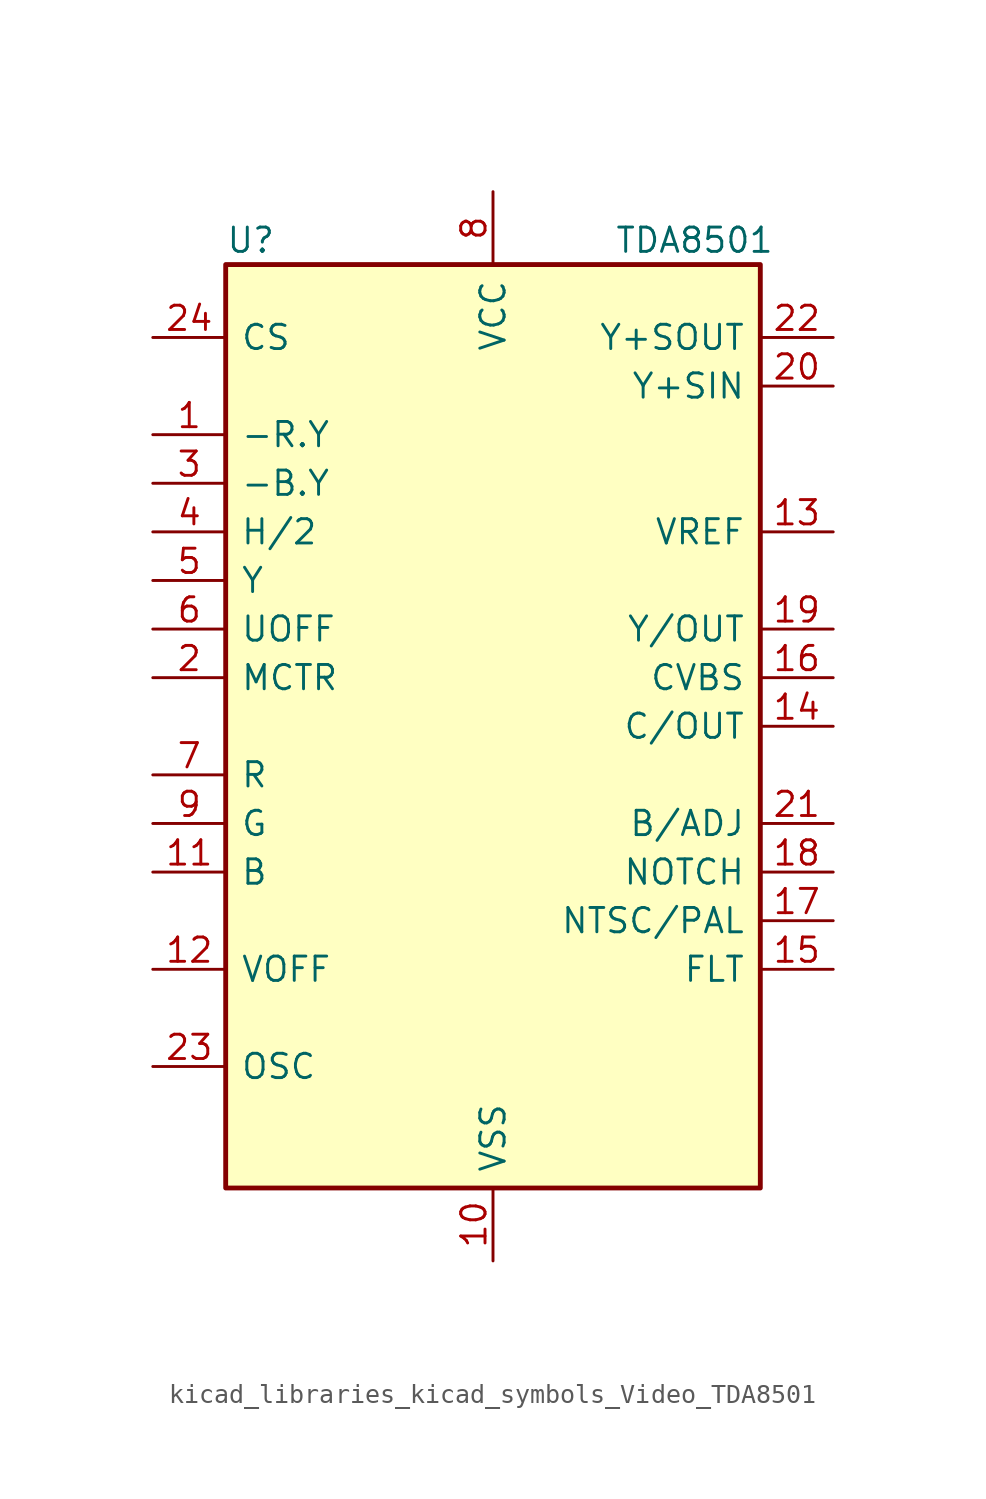
<source format=kicad_sym>
(kicad_symbol_lib
  (version 20220914)
  (generator kicad_symbol_editor)
  (symbol "kicad_libraries_kicad_symbols_Video_TDA8501"
    (pin_names
      (offset 0.762))
    (property "Reference" "U"
      (at -13.97 25.4 0)
      (effects (font (size 1.27 1.27)) (justify left)))
    (property "Value" "TDA8501"
      (at 6.35 25.4 0)
      (effects (font (size 1.27 1.27)) (justify left)))
    (symbol "kicad_libraries_kicad_symbols_Video_TDA8501_0_1"
      (rectangle (start -13.97 24.13) (end 13.97 -24.13) (stroke (width 0.254) (type default)) (fill (type background))))
    (symbol "kicad_libraries_kicad_symbols_Video_TDA8501_1_1"
      (pin input line (at -17.78 15.24 0) (length 3.81) (name "-R.Y" (effects (font (size 1.27 1.27)))) (number "1" (effects (font (size 1.27 1.27)))))
      (pin power_in line (at 0 -27.94 90) (length 3.81) (name "VSS" (effects (font (size 1.27 1.27)))) (number "10" (effects (font (size 1.27 1.27)))))
      (pin input line (at -17.78 -7.62 0) (length 3.81) (name "B" (effects (font (size 1.27 1.27)))) (number "11" (effects (font (size 1.27 1.27)))))
      (pin output line (at -17.78 -12.7 0) (length 3.81) (name "VOFF" (effects (font (size 1.27 1.27)))) (number "12" (effects (font (size 1.27 1.27)))))
      (pin passive line (at 17.78 10.16 180) (length 3.81) (name "VREF" (effects (font (size 1.27 1.27)))) (number "13" (effects (font (size 1.27 1.27)))))
      (pin output line (at 17.78 0 180) (length 3.81) (name "C/OUT" (effects (font (size 1.27 1.27)))) (number "14" (effects (font (size 1.27 1.27)))))
      (pin passive line (at 17.78 -12.7 180) (length 3.81) (name "FLT" (effects (font (size 1.27 1.27)))) (number "15" (effects (font (size 1.27 1.27)))))
      (pin output line (at 17.78 2.54 180) (length 3.81) (name "CVBS" (effects (font (size 1.27 1.27)))) (number "16" (effects (font (size 1.27 1.27)))))
      (pin input line (at 17.78 -10.16 180) (length 3.81) (name "NTSC/PAL" (effects (font (size 1.27 1.27)))) (number "17" (effects (font (size 1.27 1.27)))))
      (pin input line (at 17.78 -7.62 180) (length 3.81) (name "NOTCH" (effects (font (size 1.27 1.27)))) (number "18" (effects (font (size 1.27 1.27)))))
      (pin output line (at 17.78 5.08 180) (length 3.81) (name "Y/OUT" (effects (font (size 1.27 1.27)))) (number "19" (effects (font (size 1.27 1.27)))))
      (pin input line (at -17.78 2.54 0) (length 3.81) (name "MCTR" (effects (font (size 1.27 1.27)))) (number "2" (effects (font (size 1.27 1.27)))))
      (pin input line (at 17.78 17.78 180) (length 3.81) (name "Y+SIN" (effects (font (size 1.27 1.27)))) (number "20" (effects (font (size 1.27 1.27)))))
      (pin passive line (at 17.78 -5.08 180) (length 3.81) (name "B/ADJ" (effects (font (size 1.27 1.27)))) (number "21" (effects (font (size 1.27 1.27)))))
      (pin output line (at 17.78 20.32 180) (length 3.81) (name "Y+SOUT" (effects (font (size 1.27 1.27)))) (number "22" (effects (font (size 1.27 1.27)))))
      (pin output line (at -17.78 -17.78 0) (length 3.81) (name "OSC" (effects (font (size 1.27 1.27)))) (number "23" (effects (font (size 1.27 1.27)))))
      (pin input line (at -17.78 20.32 0) (length 3.81) (name "CS" (effects (font (size 1.27 1.27)))) (number "24" (effects (font (size 1.27 1.27)))))
      (pin input line (at -17.78 12.7 0) (length 3.81) (name "-B.Y" (effects (font (size 1.27 1.27)))) (number "3" (effects (font (size 1.27 1.27)))))
      (pin bidirectional line (at -17.78 10.16 0) (length 3.81) (name "H/2" (effects (font (size 1.27 1.27)))) (number "4" (effects (font (size 1.27 1.27)))))
      (pin input line (at -17.78 7.62 0) (length 3.81) (name "Y" (effects (font (size 1.27 1.27)))) (number "5" (effects (font (size 1.27 1.27)))))
      (pin output line (at -17.78 5.08 0) (length 3.81) (name "UOFF" (effects (font (size 1.27 1.27)))) (number "6" (effects (font (size 1.27 1.27)))))
      (pin input line (at -17.78 -2.54 0) (length 3.81) (name "R" (effects (font (size 1.27 1.27)))) (number "7" (effects (font (size 1.27 1.27)))))
      (pin power_in line (at 0 27.94 270) (length 3.81) (name "VCC" (effects (font (size 1.27 1.27)))) (number "8" (effects (font (size 1.27 1.27)))))
      (pin input line (at -17.78 -5.08 0) (length 3.81) (name "G" (effects (font (size 1.27 1.27)))) (number "9" (effects (font (size 1.27 1.27))))))))
</source>
